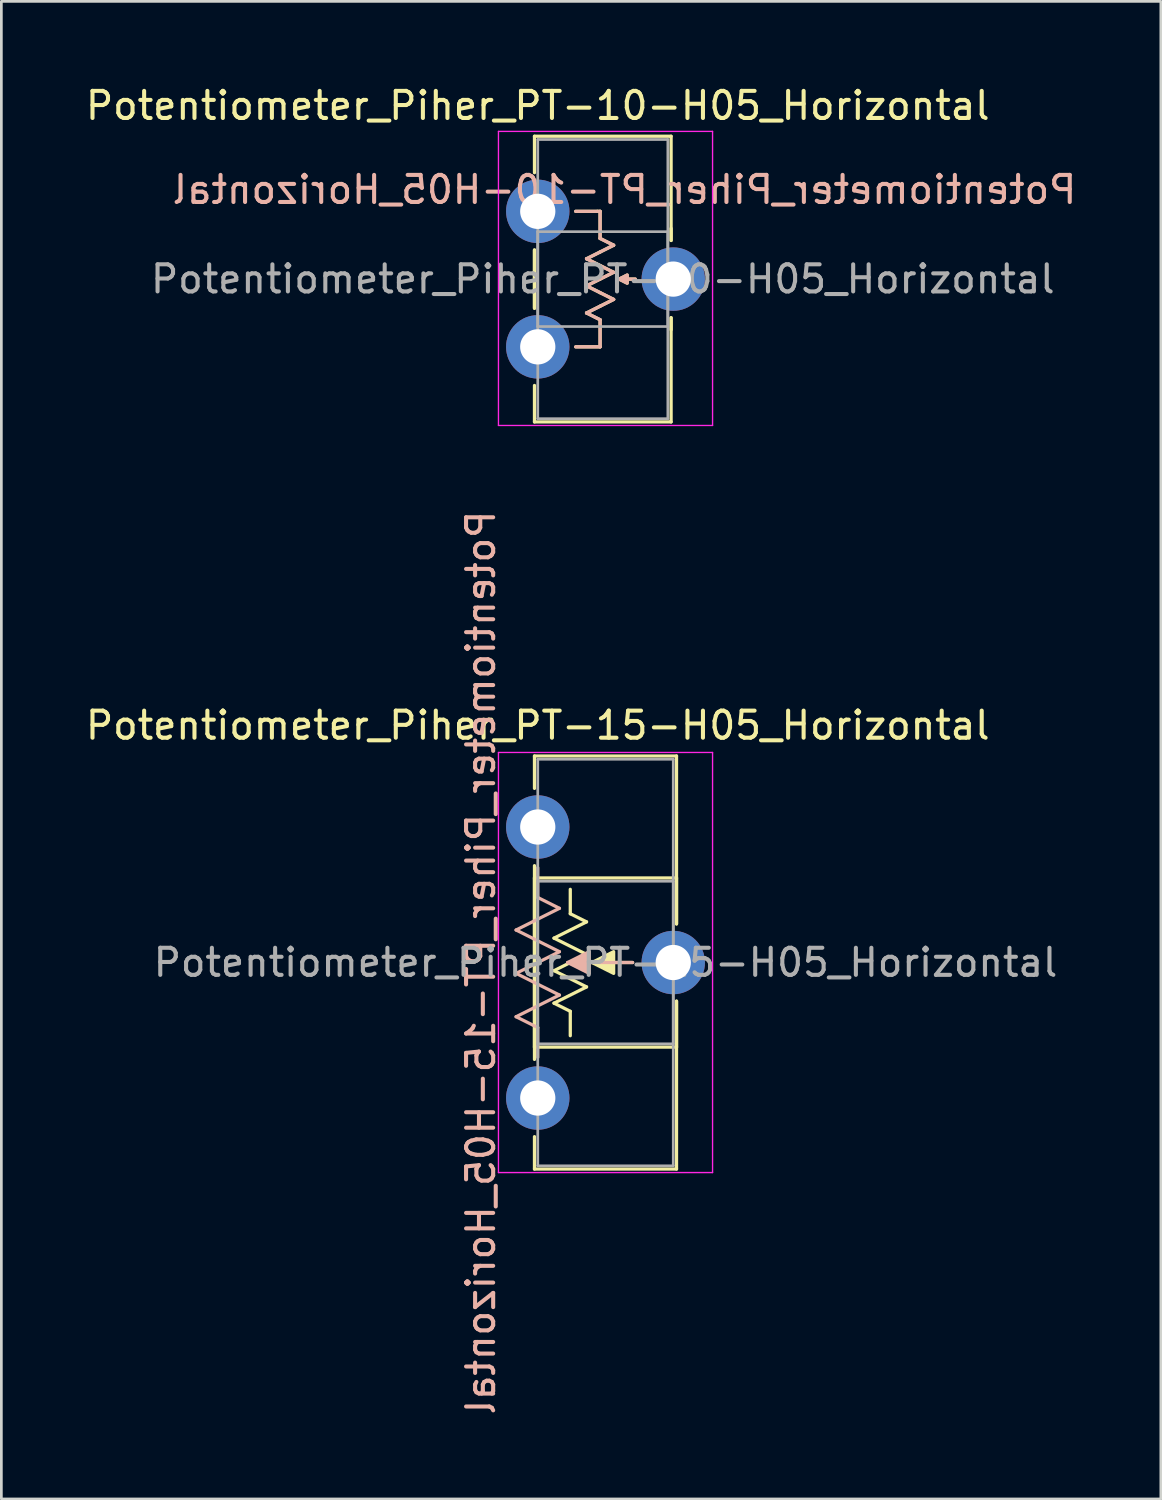
<source format=kicad_pcb>
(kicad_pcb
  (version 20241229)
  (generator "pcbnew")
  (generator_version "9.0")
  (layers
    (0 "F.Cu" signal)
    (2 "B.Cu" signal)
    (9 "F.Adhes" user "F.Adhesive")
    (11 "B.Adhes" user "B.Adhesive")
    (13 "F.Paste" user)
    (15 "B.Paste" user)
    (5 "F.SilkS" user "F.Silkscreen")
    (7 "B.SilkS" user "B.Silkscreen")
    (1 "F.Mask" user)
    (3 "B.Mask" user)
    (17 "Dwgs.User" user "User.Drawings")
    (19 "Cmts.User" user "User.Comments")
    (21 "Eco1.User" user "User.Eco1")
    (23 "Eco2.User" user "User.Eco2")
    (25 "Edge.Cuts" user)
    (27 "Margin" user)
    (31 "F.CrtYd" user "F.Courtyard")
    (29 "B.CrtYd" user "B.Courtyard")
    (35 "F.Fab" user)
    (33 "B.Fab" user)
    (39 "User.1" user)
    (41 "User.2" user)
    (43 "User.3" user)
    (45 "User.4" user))
  (footprint "Potentiometer_Piher_PT-10-H05_Horizontal"
    (layer "F.Cu")
    (at 16.792 4.748)
    (property "Reference" "Potentiometer_Piher_PT-10-H05_Horizontal" (at 0 -3.9 0) (layer "F.SilkS") (effects (font (size 1 1) (thickness 0.15))))
    (attr through_hole)
    (fp_line (start -0.121 -2.771) (end -0.121 -1.426) (stroke (width 0.12) (type solid)) (layer "F.SilkS"))
    (fp_line (start -0.121 -2.771) (end 4.92 -2.771) (stroke (width 0.12) (type solid)) (layer "F.SilkS"))
    (fp_line (start -0.121 1.426) (end -0.121 3.575) (stroke (width 0.12) (type solid)) (layer "F.SilkS"))
    (fp_line (start -0.121 1.426) (end -0.121 3.575) (stroke (width 0.12) (type solid)) (layer "F.SilkS"))
    (fp_line (start -0.121 6.425) (end -0.121 7.77) (stroke (width 0.12) (type solid)) (layer "F.SilkS"))
    (fp_line (start -0.121 7.77) (end 4.92 7.77) (stroke (width 0.12) (type solid)) (layer "F.SilkS"))
    (fp_line (start 1.4 0) (end 2.2 0) (stroke (width 0.12) (type solid)) (layer "F.SilkS"))
    (fp_line (start 1.8 1.75) (end 2.3 2) (stroke (width 0.12) (type solid)) (layer "F.SilkS"))
    (fp_line (start 1.8 2.75) (end 2.3 3) (stroke (width 0.12) (type solid)) (layer "F.SilkS"))
    (fp_line (start 1.8 3.75) (end 2.3 4) (stroke (width 0.12) (type solid)) (layer "F.SilkS"))
    (fp_line (start 2.2 0) (end 2.3 0) (stroke (width 0.12) (type solid)) (layer "F.SilkS"))
    (fp_line (start 2.3 0) (end 2.3 1) (stroke (width 0.12) (type solid)) (layer "F.SilkS"))
    (fp_line (start 2.3 1) (end 2.8 1.25) (stroke (width 0.12) (type solid)) (layer "F.SilkS"))
    (fp_line (start 2.3 1.5) (end 1.8 1.75) (stroke (width 0.12) (type solid)) (layer "F.SilkS"))
    (fp_line (start 2.3 2) (end 2.8 2.25) (stroke (width 0.12) (type solid)) (layer "F.SilkS"))
    (fp_line (start 2.3 2.5) (end 1.8 2.75) (stroke (width 0.12) (type solid)) (layer "F.SilkS"))
    (fp_line (start 2.3 3) (end 2.8 3.25) (stroke (width 0.12) (type solid)) (layer "F.SilkS"))
    (fp_line (start 2.3 3.5) (end 1.8 3.75) (stroke (width 0.12) (type solid)) (layer "F.SilkS"))
    (fp_line (start 2.3 4) (end 2.3 5) (stroke (width 0.12) (type solid)) (layer "F.SilkS"))
    (fp_line (start 2.3 5) (end 1.4 5) (stroke (width 0.12) (type solid)) (layer "F.SilkS"))
    (fp_line (start 2.8 1.25) (end 2.3 1.5) (stroke (width 0.12) (type solid)) (layer "F.SilkS"))
    (fp_line (start 2.8 2.25) (end 2.3 2.5) (stroke (width 0.12) (type solid)) (layer "F.SilkS"))
    (fp_line (start 2.8 3.25) (end 2.3 3.5) (stroke (width 0.12) (type solid)) (layer "F.SilkS"))
    (fp_line (start 3.6 2.5) (end 3 2.5) (stroke (width 0.12) (type solid)) (layer "F.SilkS"))
    (fp_line (start 4.92 -2.771) (end 4.92 1.075) (stroke (width 0.12) (type solid)) (layer "F.SilkS"))
    (fp_line (start 4.92 0.63) (end 4.92 1.075) (stroke (width 0.12) (type solid)) (layer "F.SilkS"))
    (fp_line (start 4.92 3.925) (end 4.92 4.37) (stroke (width 0.12) (type solid)) (layer "F.SilkS"))
    (fp_line (start 4.92 3.925) (end 4.92 7.77) (stroke (width 0.12) (type solid)) (layer "F.SilkS"))
    (fp_poly (pts (xy 3.3 2.65) (xy 3 2.5) (xy 3.3 2.35)) (stroke (width 0.12) (type solid)) (fill yes) (layer "F.SilkS"))
    (fp_line (start 1.4 0) (end 2.3 0) (stroke (width 0.12) (type solid)) (layer "B.SilkS"))
    (fp_line (start 1.8 1.75) (end 2.8 2.25) (stroke (width 0.12) (type solid)) (layer "B.SilkS"))
    (fp_line (start 1.8 2.75) (end 2.8 3.25) (stroke (width 0.12) (type solid)) (layer "B.SilkS"))
    (fp_line (start 1.8 3.75) (end 2.3 4) (stroke (width 0.12) (type solid)) (layer "B.SilkS"))
    (fp_line (start 2.3 0) (end 2.3 1) (stroke (width 0.12) (type solid)) (layer "B.SilkS"))
    (fp_line (start 2.3 1) (end 2.8 1.25) (stroke (width 0.12) (type solid)) (layer "B.SilkS"))
    (fp_line (start 2.3 4) (end 2.3 5) (stroke (width 0.12) (type solid)) (layer "B.SilkS"))
    (fp_line (start 2.3 5) (end 1.4 5) (stroke (width 0.12) (type solid)) (layer "B.SilkS"))
    (fp_line (start 2.8 1.25) (end 1.8 1.75) (stroke (width 0.12) (type solid)) (layer "B.SilkS"))
    (fp_line (start 2.8 2.25) (end 1.8 2.75) (stroke (width 0.12) (type solid)) (layer "B.SilkS"))
    (fp_line (start 2.8 3.25) (end 1.8 3.75) (stroke (width 0.12) (type solid)) (layer "B.SilkS"))
    (fp_line (start 3.6 2.5) (end 3 2.5) (stroke (width 0.12) (type solid)) (layer "B.SilkS"))
    (fp_poly (pts (xy 3.3 2.65) (xy 3 2.5) (xy 3.3 2.35)) (stroke (width 0.12) (type solid)) (fill yes) (layer "B.SilkS"))
    (fp_line (start -1.45 -2.95) (end -1.45 7.9) (stroke (width 0.05) (type solid)) (layer "F.CrtYd"))
    (fp_line (start -1.45 7.9) (end 6.45 7.9) (stroke (width 0.05) (type solid)) (layer "F.CrtYd"))
    (fp_line (start 6.45 -2.95) (end -1.45 -2.95) (stroke (width 0.05) (type solid)) (layer "F.CrtYd"))
    (fp_line (start 6.45 7.9) (end 6.45 -2.95) (stroke (width 0.05) (type solid)) (layer "F.CrtYd"))
    (fp_line (start 0 -2.65) (end 4.8 -2.65) (stroke (width 0.1) (type solid)) (layer "F.Fab"))
    (fp_line (start 0 0.75) (end 0 4.25) (stroke (width 0.1) (type solid)) (layer "F.Fab"))
    (fp_line (start 0 4.25) (end 4.8 4.25) (stroke (width 0.1) (type solid)) (layer "F.Fab"))
    (fp_line (start 0 7.65) (end 0 -2.65) (stroke (width 0.1) (type solid)) (layer "F.Fab"))
    (fp_line (start 4.8 -2.65) (end 4.8 7.65) (stroke (width 0.1) (type solid)) (layer "F.Fab"))
    (fp_line (start 4.8 0.75) (end 0 0.75) (stroke (width 0.1) (type solid)) (layer "F.Fab"))
    (fp_line (start 4.8 4.25) (end 4.8 0.75) (stroke (width 0.1) (type solid)) (layer "F.Fab"))
    (fp_line (start 4.8 7.65) (end 0 7.65) (stroke (width 0.1) (type solid)) (layer "F.Fab"))
    (fp_text user "${REFERENCE}" (at 3.2 -0.8 0) (unlocked yes) (layer "B.SilkS") (effects (font (size 1 1) (thickness 0.15)) (justify mirror)))
    (fp_text user "${REFERENCE}" (at 2.4 2.5 0) (layer "F.Fab") (effects (font (size 1 1) (thickness 0.15))))
    (pad "1" thru_hole circle (at 0 0) (size 2.34 2.34) (drill 1.3) (layers "*.Cu" "*.Mask"))
    (pad "2" thru_hole circle (at 5 2.5) (size 2.34 2.34) (drill 1.3) (layers "*.Cu" "*.Mask"))
    (pad "3" thru_hole circle (at 0 5) (size 2.34 2.34) (drill 1.3) (layers "*.Cu" "*.Mask")))
  (footprint "Potentiometer_Piher_PT-15-H05_Horizontal"
    (layer "F.Cu")
    (at 16.792 27.465)
    (property "Reference" "Potentiometer_Piher_PT-15-H05_Horizontal" (at 0 -3.75 0) (layer "F.SilkS") (effects (font (size 1 1) (thickness 0.15))))
    (attr through_hole)
    (fp_line (start -0.121 -2.62) (end -0.121 -1.426) (stroke (width 0.12) (type solid)) (layer "F.SilkS"))
    (fp_line (start -0.121 -2.62) (end 5.12 -2.62) (stroke (width 0.12) (type solid)) (layer "F.SilkS"))
    (fp_line (start -0.121 1.426) (end -0.121 8.575) (stroke (width 0.12) (type solid)) (layer "F.SilkS"))
    (fp_line (start -0.121 1.88) (end -0.121 8.121) (stroke (width 0.12) (type solid)) (layer "F.SilkS"))
    (fp_line (start -0.121 1.88) (end 5.12 1.88) (stroke (width 0.12) (type solid)) (layer "F.SilkS"))
    (fp_line (start -0.121 8.121) (end 5.12 8.121) (stroke (width 0.12) (type solid)) (layer "F.SilkS"))
    (fp_line (start -0.121 11.425) (end -0.121 12.62) (stroke (width 0.12) (type solid)) (layer "F.SilkS"))
    (fp_line (start -0.121 12.62) (end 5.12 12.62) (stroke (width 0.12) (type solid)) (layer "F.SilkS"))
    (fp_line (start 0.6 4.1) (end 1.8 4.7) (stroke (width 0.12) (type solid)) (layer "F.SilkS"))
    (fp_line (start 0.6 5.3) (end 1.8 5.9) (stroke (width 0.12) (type solid)) (layer "F.SilkS"))
    (fp_line (start 0.6 6.5) (end 1.2 6.8) (stroke (width 0.12) (type solid)) (layer "F.SilkS"))
    (fp_line (start 1.2 3.2) (end 1.2 2.3) (stroke (width 0.12) (type solid)) (layer "F.SilkS"))
    (fp_line (start 1.2 3.2) (end 1.8 3.5) (stroke (width 0.12) (type solid)) (layer "F.SilkS"))
    (fp_line (start 1.2 6.8) (end 1.2 7.7) (stroke (width 0.12) (type solid)) (layer "F.SilkS"))
    (fp_line (start 1.8 3.5) (end 0.6 4.1) (stroke (width 0.12) (type solid)) (layer "F.SilkS"))
    (fp_line (start 1.8 4.7) (end 0.6 5.3) (stroke (width 0.12) (type solid)) (layer "F.SilkS"))
    (fp_line (start 1.8 5.9) (end 0.6 6.5) (stroke (width 0.12) (type solid)) (layer "F.SilkS"))
    (fp_line (start 3.5 5) (end 2 5) (stroke (width 0.12) (type solid)) (layer "F.SilkS"))
    (fp_line (start 5.12 -2.62) (end 5.12 3.575) (stroke (width 0.12) (type solid)) (layer "F.SilkS"))
    (fp_line (start 5.12 1.88) (end 5.12 3.575) (stroke (width 0.12) (type solid)) (layer "F.SilkS"))
    (fp_line (start 5.12 6.425) (end 5.12 8.121) (stroke (width 0.12) (type solid)) (layer "F.SilkS"))
    (fp_line (start 5.12 6.425) (end 5.12 12.62) (stroke (width 0.12) (type solid)) (layer "F.SilkS"))
    (fp_poly (pts (xy 2.8 5.4) (xy 2 5) (xy 2.8 4.6)) (stroke (width 0.12) (type solid)) (fill yes) (layer "F.SilkS"))
    (fp_line (start -0.8 3.8) (end 0 3.4) (stroke (width 0.12) (type solid)) (layer "B.SilkS"))
    (fp_line (start -0.8 5.4) (end 0 5) (stroke (width 0.12) (type solid)) (layer "B.SilkS"))
    (fp_line (start -0.8 7) (end 0 6.6) (stroke (width 0.12) (type solid)) (layer "B.SilkS"))
    (fp_line (start 0 1.5) (end 0 2.6) (stroke (width 0.12) (type solid)) (layer "B.SilkS"))
    (fp_line (start 0 2.6) (end 0.8 3) (stroke (width 0.12) (type solid)) (layer "B.SilkS"))
    (fp_line (start 0 4.2) (end -0.8 3.8) (stroke (width 0.12) (type solid)) (layer "B.SilkS"))
    (fp_line (start 0 4.2) (end 0.8 4.6) (stroke (width 0.12) (type solid)) (layer "B.SilkS"))
    (fp_line (start 0 5.8) (end -0.8 5.4) (stroke (width 0.12) (type solid)) (layer "B.SilkS"))
    (fp_line (start 0 5.8) (end 0.8 6.2) (stroke (width 0.12) (type solid)) (layer "B.SilkS"))
    (fp_line (start 0 7.4) (end -0.8 7) (stroke (width 0.12) (type solid)) (layer "B.SilkS"))
    (fp_line (start 0 7.4) (end 0 8.5) (stroke (width 0.12) (type solid)) (layer "B.SilkS"))
    (fp_line (start 0.8 3) (end 0 3.4) (stroke (width 0.12) (type solid)) (layer "B.SilkS"))
    (fp_line (start 0.8 4.6) (end 0 5) (stroke (width 0.12) (type solid)) (layer "B.SilkS"))
    (fp_line (start 0.8 6.2) (end 0 6.6) (stroke (width 0.12) (type solid)) (layer "B.SilkS"))
    (fp_line (start 3.5 5) (end 1.1 5) (stroke (width 0.12) (type solid)) (layer "B.SilkS"))
    (fp_poly (pts (xy 1.9 5.4) (xy 1.1 5) (xy 1.9 4.6)) (stroke (width 0.12) (type solid)) (fill yes) (layer "B.SilkS"))
    (fp_line (start -1.45 -2.75) (end -1.45 12.75) (stroke (width 0.05) (type solid)) (layer "F.CrtYd"))
    (fp_line (start -1.45 12.75) (end 6.45 12.75) (stroke (width 0.05) (type solid)) (layer "F.CrtYd"))
    (fp_line (start 6.45 -2.75) (end -1.45 -2.75) (stroke (width 0.05) (type solid)) (layer "F.CrtYd"))
    (fp_line (start 6.45 12.75) (end 6.45 -2.75) (stroke (width 0.05) (type solid)) (layer "F.CrtYd"))
    (fp_line (start 0 -2.5) (end 5 -2.5) (stroke (width 0.1) (type solid)) (layer "F.Fab"))
    (fp_line (start 0 2) (end 0 8) (stroke (width 0.1) (type solid)) (layer "F.Fab"))
    (fp_line (start 0 8) (end 5 8) (stroke (width 0.1) (type solid)) (layer "F.Fab"))
    (fp_line (start 0 12.5) (end 0 -2.5) (stroke (width 0.1) (type solid)) (layer "F.Fab"))
    (fp_line (start 5 -2.5) (end 5 12.5) (stroke (width 0.1) (type solid)) (layer "F.Fab"))
    (fp_line (start 5 2) (end 0 2) (stroke (width 0.1) (type solid)) (layer "F.Fab"))
    (fp_line (start 5 8) (end 5 2) (stroke (width 0.1) (type solid)) (layer "F.Fab"))
    (fp_line (start 5 12.5) (end 0 12.5) (stroke (width 0.1) (type solid)) (layer "F.Fab"))
    (fp_text user "${REFERENCE}" (at -2.1 5 90) (unlocked yes) (layer "B.SilkS") (effects (font (size 1 1) (thickness 0.15)) (justify mirror)))
    (fp_text user "${REFERENCE}" (at 2.5 5 0) (layer "F.Fab") (effects (font (size 1 1) (thickness 0.15))))
    (pad "1" thru_hole circle (at 0 0) (size 2.34 2.34) (drill 1.3) (layers "*.Cu" "*.Mask"))
    (pad "2" thru_hole circle (at 5 5) (size 2.34 2.34) (drill 1.3) (layers "*.Cu" "*.Mask"))
    (pad "3" thru_hole circle (at 0 10) (size 2.34 2.34) (drill 1.3) (layers "*.Cu" "*.Mask")))
  (gr_rect
    (start -3 -3)
    (end 39.783 52.257)
    (stroke (width 0.1) (type default))
    (fill no)
    (layer "Edge.Cuts")))
</source>
